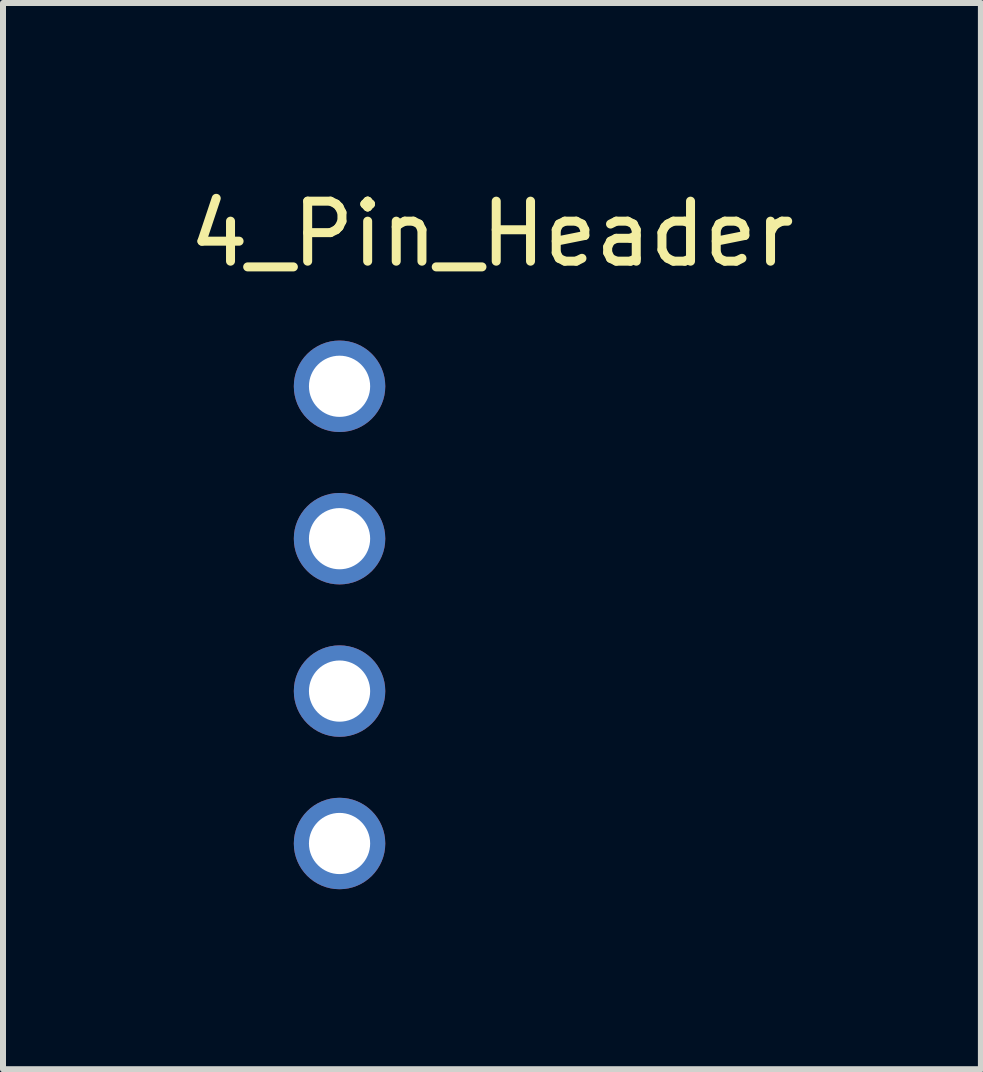
<source format=kicad_pcb>
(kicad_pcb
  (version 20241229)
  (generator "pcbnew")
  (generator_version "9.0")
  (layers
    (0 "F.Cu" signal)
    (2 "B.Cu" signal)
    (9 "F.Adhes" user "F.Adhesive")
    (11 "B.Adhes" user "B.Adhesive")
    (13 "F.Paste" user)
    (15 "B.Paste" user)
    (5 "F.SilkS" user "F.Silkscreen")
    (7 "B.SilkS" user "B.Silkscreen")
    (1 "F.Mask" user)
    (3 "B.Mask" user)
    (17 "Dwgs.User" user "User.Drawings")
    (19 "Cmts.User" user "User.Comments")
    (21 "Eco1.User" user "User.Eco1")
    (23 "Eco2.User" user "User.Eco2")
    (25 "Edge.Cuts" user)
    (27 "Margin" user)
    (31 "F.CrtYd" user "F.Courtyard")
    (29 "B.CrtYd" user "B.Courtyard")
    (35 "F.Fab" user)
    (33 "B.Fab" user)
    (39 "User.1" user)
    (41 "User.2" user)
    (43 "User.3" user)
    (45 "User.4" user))
  (footprint "4_Pin_Header"
    (layer "F.Cu")
    (at 2.609 3.388)
    (property "Reference" "4_Pin_Header" (at 2.54 -2.54 0) (layer "F.SilkS") (effects (font (size 1 1) (thickness 0.15))))
    (attr through_hole)
    (pad "1" thru_hole circle (at 0 0) (size 1.524 1.524) (drill 1.02) (layers "*.Cu" "*.Mask"))
    (pad "2" thru_hole circle (at 0 2.54) (size 1.524 1.524) (drill 1.02) (layers "*.Cu" "*.Mask"))
    (pad "3" thru_hole circle (at 0 5.08) (size 1.524 1.524) (drill 1.02) (layers "*.Cu" "*.Mask"))
    (pad "4" thru_hole circle (at 0 7.62) (size 1.524 1.524) (drill 1.02) (layers "*.Cu" "*.Mask")))
  (gr_rect
    (start -3 -3)
    (end 13.298 14.77)
    (stroke (width 0.1) (type default))
    (fill no)
    (layer "Edge.Cuts")))
</source>
